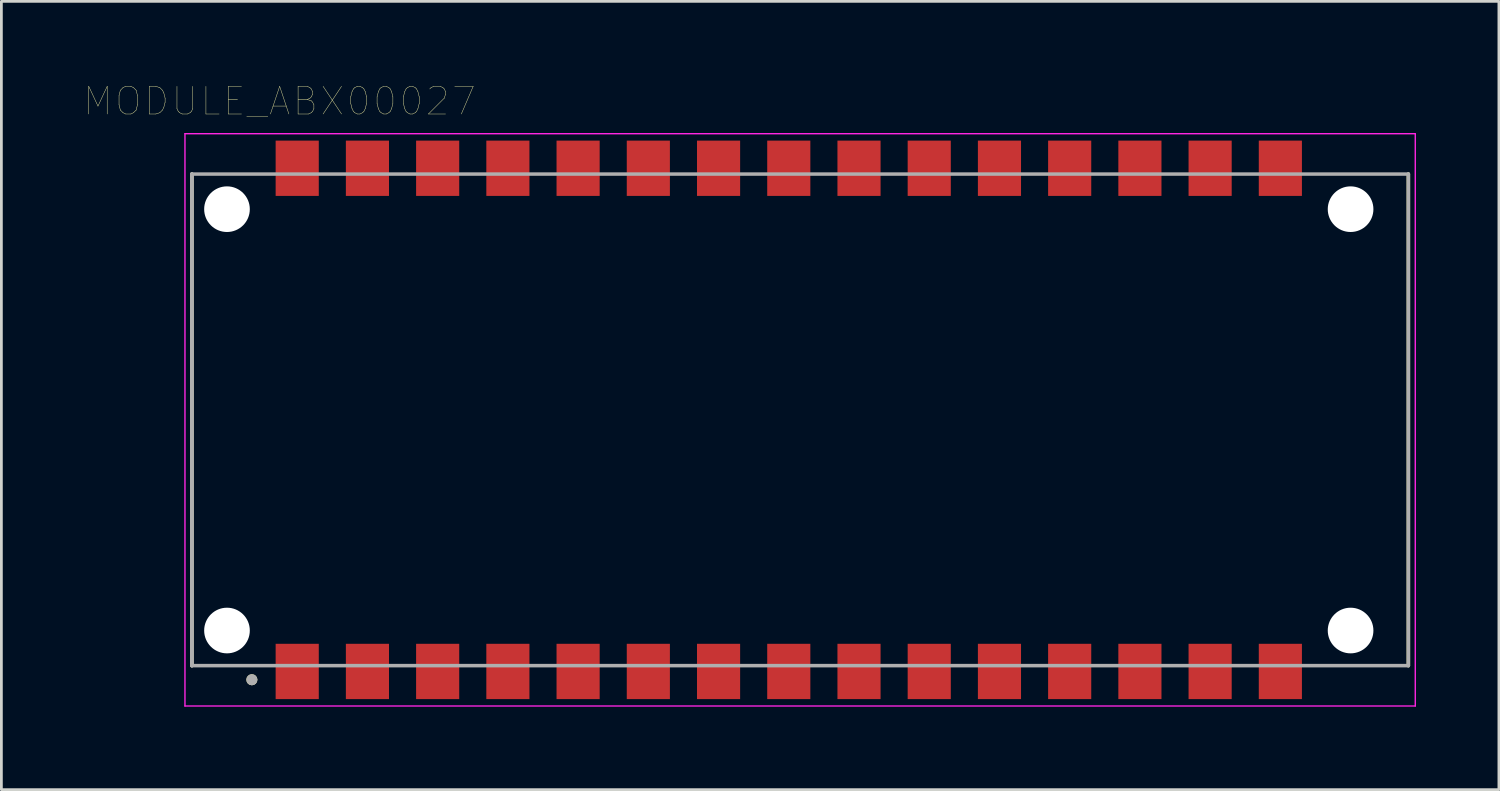
<source format=kicad_pcb>
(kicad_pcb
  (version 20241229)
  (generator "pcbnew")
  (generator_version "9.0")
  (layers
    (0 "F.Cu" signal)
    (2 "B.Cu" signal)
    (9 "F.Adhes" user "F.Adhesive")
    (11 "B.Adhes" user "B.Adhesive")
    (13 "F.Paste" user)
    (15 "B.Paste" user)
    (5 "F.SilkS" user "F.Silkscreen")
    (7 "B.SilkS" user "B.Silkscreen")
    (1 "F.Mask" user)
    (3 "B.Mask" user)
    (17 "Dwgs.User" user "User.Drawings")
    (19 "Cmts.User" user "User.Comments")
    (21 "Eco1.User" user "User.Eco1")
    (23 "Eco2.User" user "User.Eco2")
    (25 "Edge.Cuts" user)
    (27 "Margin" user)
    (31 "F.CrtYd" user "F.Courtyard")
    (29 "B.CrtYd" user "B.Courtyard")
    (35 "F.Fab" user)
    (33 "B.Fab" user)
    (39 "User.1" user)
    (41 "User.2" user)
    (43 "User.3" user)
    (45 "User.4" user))
  (footprint "MODULE_ABX00027"
    (layer "F.Cu")
    (at 25.89 12.136)
    (property "Reference" "MODULE_ABX00027" (at -18.825 -11.525 0) (layer "F.SilkS") (effects (font (size 1 1) (thickness 0.015))))
    (attr through_hole)
    (fp_line (start -22 -8.89) (end -22 8.89) (stroke (width 0.127) (type solid)) (layer "F.SilkS"))
    (fp_line (start 22 8.89) (end 22 -8.89) (stroke (width 0.127) (type solid)) (layer "F.SilkS"))
    (fp_circle (center -19.83 9.4) (end -19.73 9.4) (stroke (width 0.2) (type solid)) (fill no) (layer "F.SilkS"))
    (fp_line (start -22.25 -10.35) (end -22.25 10.35) (stroke (width 0.05) (type solid)) (layer "F.CrtYd"))
    (fp_line (start -22.25 10.35) (end 22.25 10.35) (stroke (width 0.05) (type solid)) (layer "F.CrtYd"))
    (fp_line (start 22.25 -10.35) (end -22.25 -10.35) (stroke (width 0.05) (type solid)) (layer "F.CrtYd"))
    (fp_line (start 22.25 10.35) (end 22.25 -10.35) (stroke (width 0.05) (type solid)) (layer "F.CrtYd"))
    (fp_line (start -22 -8.89) (end -22 8.89) (stroke (width 0.127) (type solid)) (layer "F.Fab"))
    (fp_line (start -22 -8.89) (end -22 8.89) (stroke (width 0.127) (type solid)) (layer "F.Fab"))
    (fp_line (start -22 8.89) (end 22 8.89) (stroke (width 0.127) (type solid)) (layer "F.Fab"))
    (fp_line (start 22 -8.89) (end -22 -8.89) (stroke (width 0.127) (type solid)) (layer "F.Fab"))
    (fp_line (start 22 8.89) (end 22 -8.89) (stroke (width 0.127) (type solid)) (layer "F.Fab"))
    (fp_circle (center -19.83 9.4) (end -19.73 9.4) (stroke (width 0.2) (type solid)) (fill no) (layer "F.Fab"))
    (pad "" np_thru_hole circle (at -20.73 -7.62) (size 1.651 1.651) (drill 1.651) (layers "*.Cu" "*.Mask"))
    (pad "" np_thru_hole circle (at -20.73 7.62) (size 1.651 1.651) (drill 1.651) (layers "*.Cu" "*.Mask"))
    (pad "" np_thru_hole circle (at 19.91 -7.62) (size 1.651 1.651) (drill 1.651) (layers "*.Cu" "*.Mask"))
    (pad "" np_thru_hole circle (at 19.91 7.62) (size 1.651 1.651) (drill 1.651) (layers "*.Cu" "*.Mask"))
    (pad "1" smd rect (at -18.19 9.1) (size 1.56 2) (layers "F.Cu" "F.Mask" "F.Paste"))
    (pad "2" smd rect (at -15.65 9.1) (size 1.56 2) (layers "F.Cu" "F.Mask" "F.Paste"))
    (pad "3" smd rect (at -13.11 9.1) (size 1.56 2) (layers "F.Cu" "F.Mask" "F.Paste"))
    (pad "4" smd rect (at -10.57 9.1) (size 1.56 2) (layers "F.Cu" "F.Mask" "F.Paste"))
    (pad "5" smd rect (at -8.03 9.1) (size 1.56 2) (layers "F.Cu" "F.Mask" "F.Paste"))
    (pad "6" smd rect (at -5.49 9.1) (size 1.56 2) (layers "F.Cu" "F.Mask" "F.Paste"))
    (pad "7" smd rect (at -2.95 9.1) (size 1.56 2) (layers "F.Cu" "F.Mask" "F.Paste"))
    (pad "8" smd rect (at -0.41 9.1) (size 1.56 2) (layers "F.Cu" "F.Mask" "F.Paste"))
    (pad "9" smd rect (at 2.13 9.1) (size 1.56 2) (layers "F.Cu" "F.Mask" "F.Paste"))
    (pad "10" smd rect (at 4.67 9.1) (size 1.56 2) (layers "F.Cu" "F.Mask" "F.Paste"))
    (pad "11" smd rect (at 7.21 9.1) (size 1.56 2) (layers "F.Cu" "F.Mask" "F.Paste"))
    (pad "12" smd rect (at 9.75 9.1) (size 1.56 2) (layers "F.Cu" "F.Mask" "F.Paste"))
    (pad "13" smd rect (at 12.29 9.1) (size 1.56 2) (layers "F.Cu" "F.Mask" "F.Paste"))
    (pad "14" smd rect (at 14.83 9.1) (size 1.56 2) (layers "F.Cu" "F.Mask" "F.Paste"))
    (pad "15" smd rect (at 17.37 9.1) (size 1.56 2) (layers "F.Cu" "F.Mask" "F.Paste"))
    (pad "16" smd rect (at 17.37 -9.1) (size 1.56 2) (layers "F.Cu" "F.Mask" "F.Paste"))
    (pad "17" smd rect (at 14.83 -9.1) (size 1.56 2) (layers "F.Cu" "F.Mask" "F.Paste"))
    (pad "18" smd rect (at 12.29 -9.1) (size 1.56 2) (layers "F.Cu" "F.Mask" "F.Paste"))
    (pad "19" smd rect (at 9.75 -9.1) (size 1.56 2) (layers "F.Cu" "F.Mask" "F.Paste"))
    (pad "20" smd rect (at 7.21 -9.1) (size 1.56 2) (layers "F.Cu" "F.Mask" "F.Paste"))
    (pad "21" smd rect (at 4.67 -9.1) (size 1.56 2) (layers "F.Cu" "F.Mask" "F.Paste"))
    (pad "22" smd rect (at 2.13 -9.1) (size 1.56 2) (layers "F.Cu" "F.Mask" "F.Paste"))
    (pad "23" smd rect (at -0.41 -9.1) (size 1.56 2) (layers "F.Cu" "F.Mask" "F.Paste"))
    (pad "24" smd rect (at -2.95 -9.1) (size 1.56 2) (layers "F.Cu" "F.Mask" "F.Paste"))
    (pad "25" smd rect (at -5.49 -9.1) (size 1.56 2) (layers "F.Cu" "F.Mask" "F.Paste"))
    (pad "26" smd rect (at -8.03 -9.1) (size 1.56 2) (layers "F.Cu" "F.Mask" "F.Paste"))
    (pad "27" smd rect (at -10.57 -9.1) (size 1.56 2) (layers "F.Cu" "F.Mask" "F.Paste"))
    (pad "28" smd rect (at -13.11 -9.1) (size 1.56 2) (layers "F.Cu" "F.Mask" "F.Paste"))
    (pad "29" smd rect (at -15.65 -9.1) (size 1.56 2) (layers "F.Cu" "F.Mask" "F.Paste"))
    (pad "30" smd rect (at -18.19 -9.1) (size 1.56 2) (layers "F.Cu" "F.Mask" "F.Paste")))
  (gr_rect
    (start -3 -3)
    (end 51.165 25.511)
    (stroke (width 0.1) (type default))
    (fill no)
    (layer "Edge.Cuts")))
</source>
